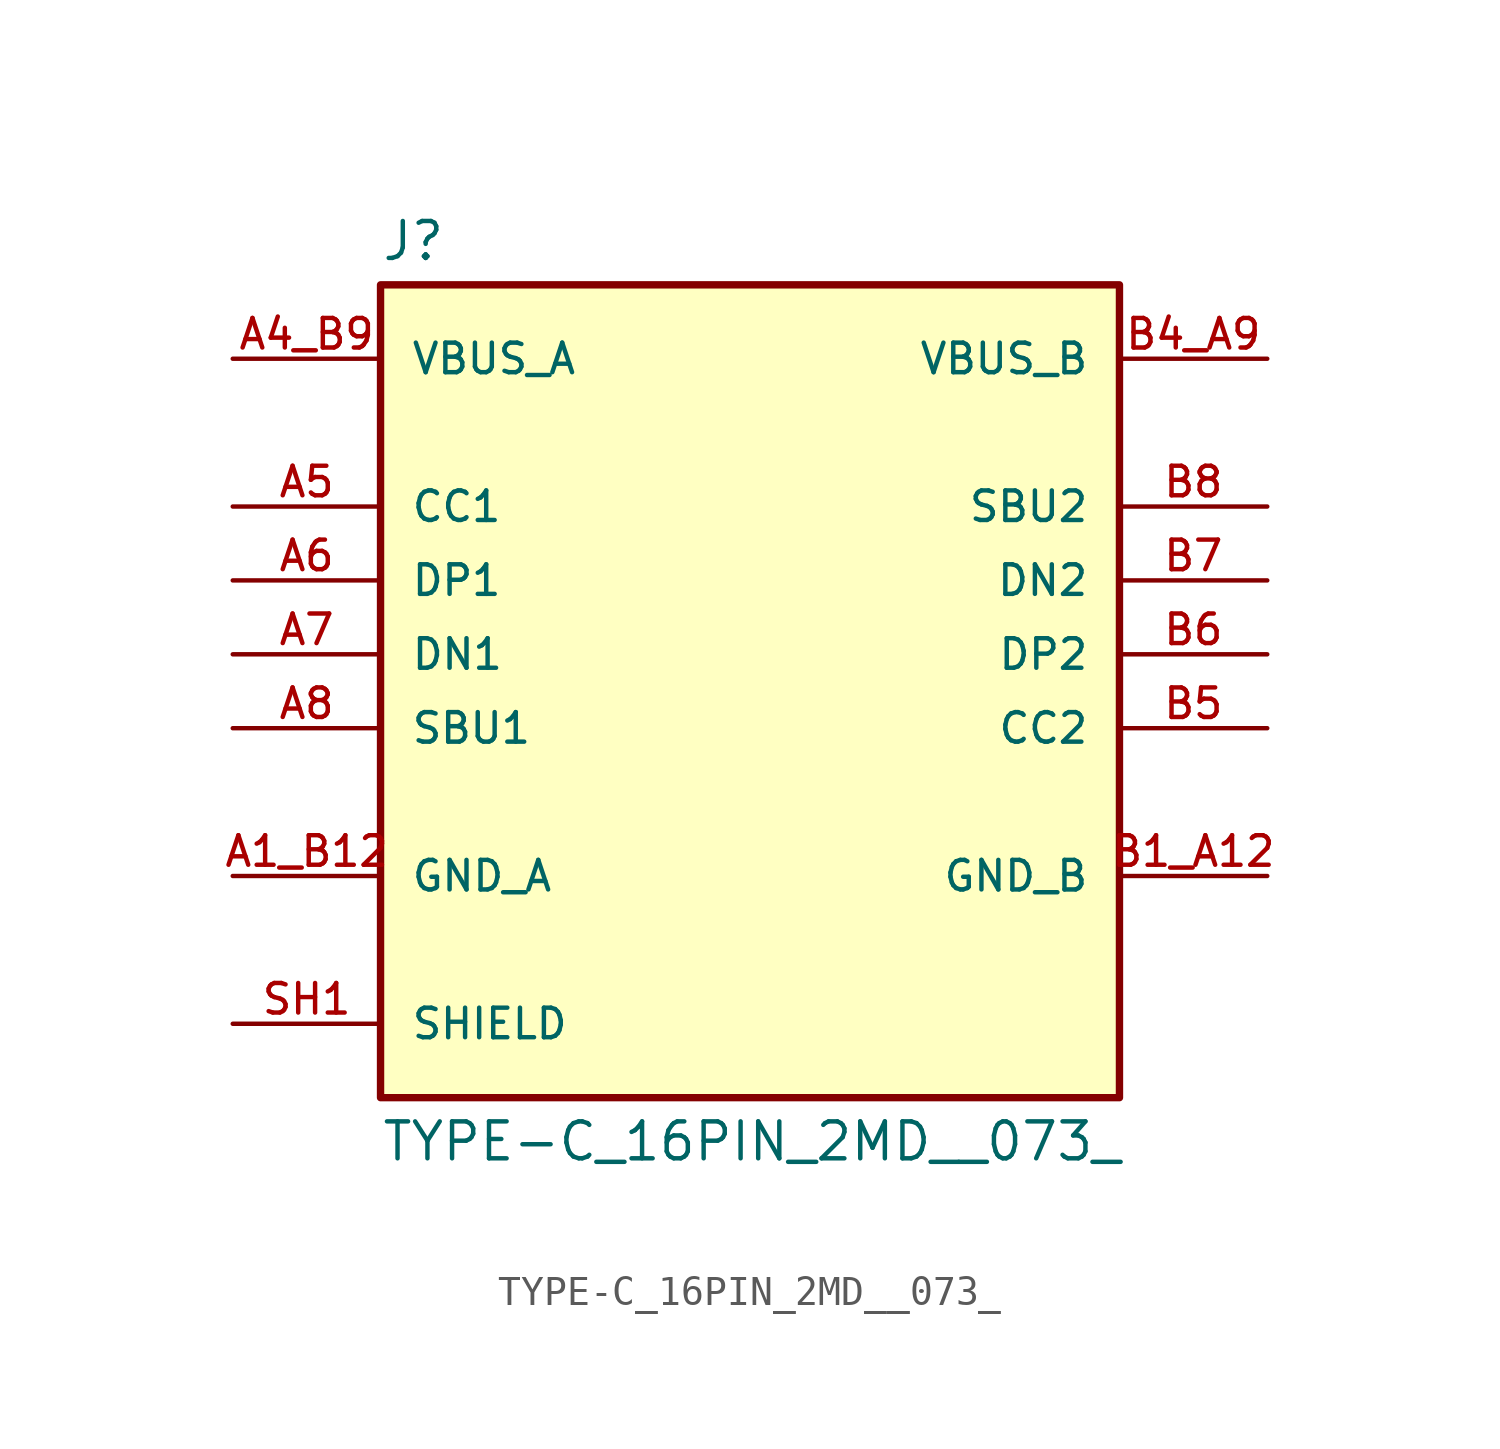
<source format=kicad_sym>
(kicad_symbol_lib
  (version 20211014)
  (generator kicad_symbol_editor)
  (symbol "TYPE-C_16PIN_2MD__073_"
    (pin_names
      (offset 1.016))
    (property "Reference" "J"
      (at -12.7 13.462 0)
      (effects (font (size 1.27 1.27)) (justify bottom left)))
    (property "Value" "TYPE-C_16PIN_2MD__073_"
      (at -12.7 -16.002 0.0)
      (effects (font (size 1.27 1.27)) (justify top left)))
    (symbol "TYPE-C_16PIN_2MD__073__0_0"
      (rectangle (start -12.7 -15.24) (end 12.7 12.7) (stroke (width 0.254)) (fill (type background)))
      (pin bidirectional line (at -17.78 2.54 0) (length 5.08) (name "DP1" (effects (font (size 1.016 1.016)))) (number "A6" (effects (font (size 1.016 1.016)))))
      (pin bidirectional line (at -17.78 5.08 0) (length 5.08) (name "CC1" (effects (font (size 1.016 1.016)))) (number "A5" (effects (font (size 1.016 1.016)))))
      (pin bidirectional line (at -17.78 -2.54 0) (length 5.08) (name "SBU1" (effects (font (size 1.016 1.016)))) (number "A8" (effects (font (size 1.016 1.016)))))
      (pin bidirectional line (at -17.78 0.0 0) (length 5.08) (name "DN1" (effects (font (size 1.016 1.016)))) (number "A7" (effects (font (size 1.016 1.016)))))
      (pin passive line (at -17.78 -12.7 0) (length 5.08) (name "SHIELD" (effects (font (size 1.016 1.016)))) (number "SH1" (effects (font (size 1.016 1.016)))))
      (pin passive line (at -17.78 -12.7 0) (length 5.08) hide (name "SHIELD" (effects (font (size 1.016 1.016)))) (number "SH2" (effects (font (size 1.016 1.016)))))
      (pin passive line (at -17.78 -12.7 0) (length 5.08) hide (name "SHIELD" (effects (font (size 1.016 1.016)))) (number "SH3" (effects (font (size 1.016 1.016)))))
      (pin passive line (at -17.78 -12.7 0) (length 5.08) hide (name "SHIELD" (effects (font (size 1.016 1.016)))) (number "SH4" (effects (font (size 1.016 1.016)))))
      (pin power_in line (at -17.78 -7.62 0) (length 5.08) (name "GND_A" (effects (font (size 1.016 1.016)))) (number "A1_B12" (effects (font (size 1.016 1.016)))))
      (pin power_in line (at 17.78 10.16 180.0) (length 5.08) (name "VBUS_B" (effects (font (size 1.016 1.016)))) (number "B4_A9" (effects (font (size 1.016 1.016)))))
      (pin bidirectional line (at 17.78 0.0 180.0) (length 5.08) (name "DP2" (effects (font (size 1.016 1.016)))) (number "B6" (effects (font (size 1.016 1.016)))))
      (pin bidirectional line (at 17.78 -2.54 180.0) (length 5.08) (name "CC2" (effects (font (size 1.016 1.016)))) (number "B5" (effects (font (size 1.016 1.016)))))
      (pin bidirectional line (at 17.78 5.08 180.0) (length 5.08) (name "SBU2" (effects (font (size 1.016 1.016)))) (number "B8" (effects (font (size 1.016 1.016)))))
      (pin bidirectional line (at 17.78 2.54 180.0) (length 5.08) (name "DN2" (effects (font (size 1.016 1.016)))) (number "B7" (effects (font (size 1.016 1.016)))))
      (pin power_in line (at -17.78 10.16 0) (length 5.08) (name "VBUS_A" (effects (font (size 1.016 1.016)))) (number "A4_B9" (effects (font (size 1.016 1.016)))))
      (pin power_in line (at 17.78 -7.62 180.0) (length 5.08) (name "GND_B" (effects (font (size 1.016 1.016)))) (number "B1_A12" (effects (font (size 1.016 1.016))))))))
</source>
